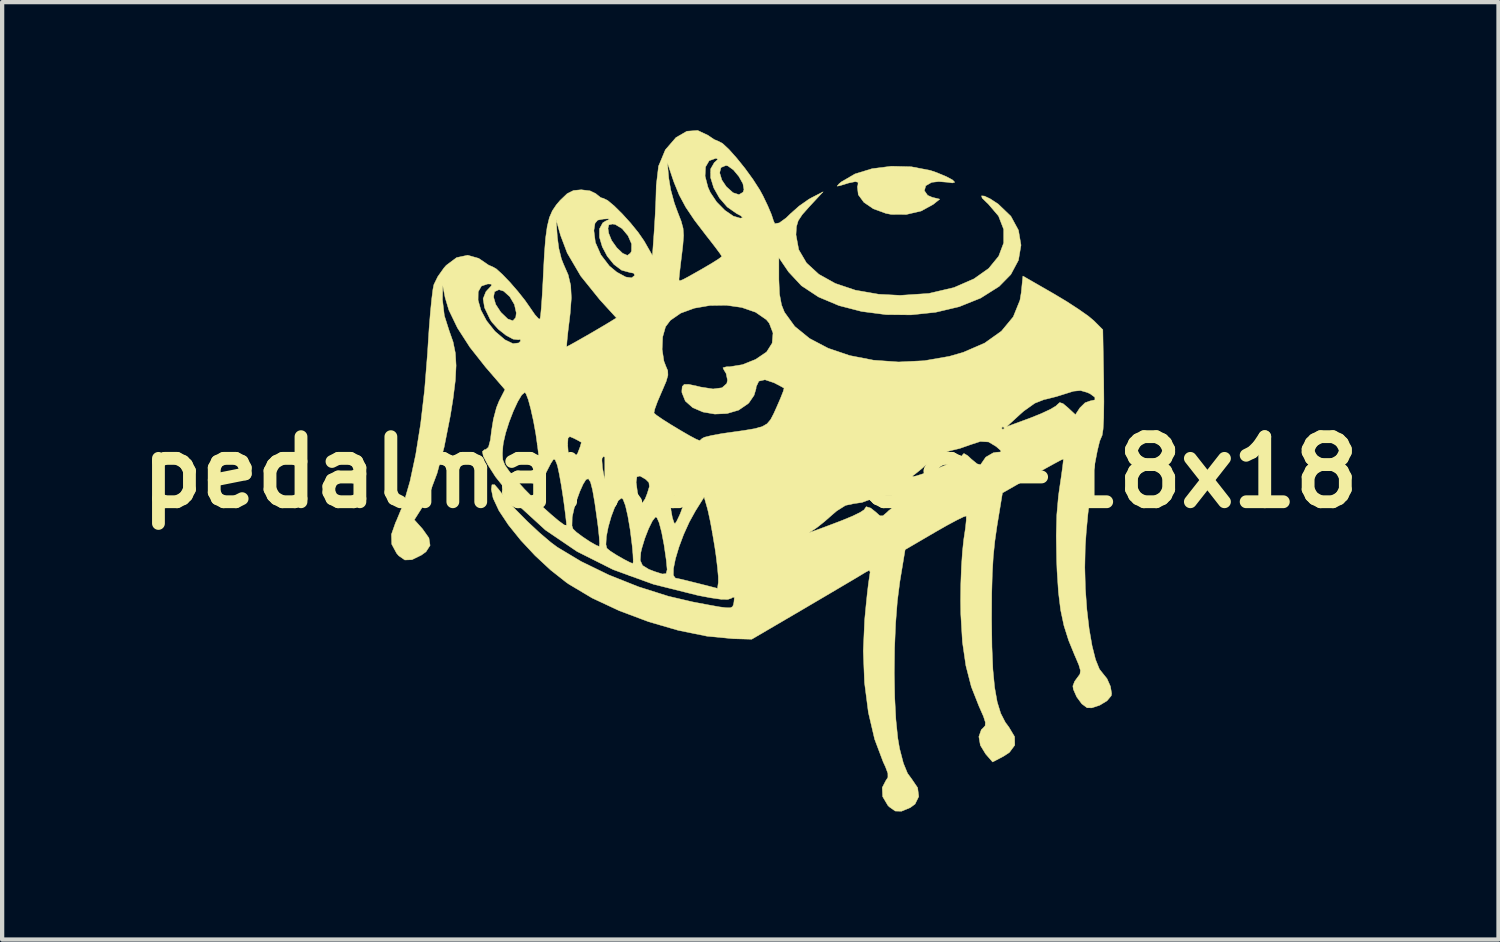
<source format=kicad_pcb>
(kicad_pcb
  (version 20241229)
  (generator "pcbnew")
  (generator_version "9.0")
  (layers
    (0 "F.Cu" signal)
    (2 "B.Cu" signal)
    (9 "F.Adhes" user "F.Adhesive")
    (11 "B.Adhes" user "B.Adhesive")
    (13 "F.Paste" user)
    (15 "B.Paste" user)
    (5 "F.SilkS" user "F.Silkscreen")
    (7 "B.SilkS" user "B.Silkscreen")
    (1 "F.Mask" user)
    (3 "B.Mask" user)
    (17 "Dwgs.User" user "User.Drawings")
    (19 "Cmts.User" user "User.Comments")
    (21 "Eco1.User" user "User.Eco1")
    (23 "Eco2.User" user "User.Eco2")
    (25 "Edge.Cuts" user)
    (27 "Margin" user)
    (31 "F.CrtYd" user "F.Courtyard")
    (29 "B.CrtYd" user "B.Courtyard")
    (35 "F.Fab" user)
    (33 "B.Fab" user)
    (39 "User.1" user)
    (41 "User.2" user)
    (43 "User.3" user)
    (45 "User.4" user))
  (footprint "pedalmarkt-logo-18x18"
    (layer "F.Cu")
    (at 14.522 8.011)
    (property "Reference" "pedalmarkt-logo-18x18" (at 0 0 0) (layer "F.SilkS") (effects (font (size 1.524 1.524) (thickness 0.3))))
    (attr through_hole)
    (fp_poly (pts (xy 3.769 -7.156) (xy 4.212 -7.071) (xy 4.36 -7.021) (xy 4.591 -6.925) (xy 4.737 -6.846) (xy 4.787 -6.794) (xy 4.732 -6.777) (xy 4.618 -6.793) (xy 4.411 -6.809) (xy 4.247 -6.791) (xy 4.108 -6.711) (xy 4.076 -6.595) (xy 4.152 -6.487) (xy 4.256 -6.441) (xy 4.435 -6.397) (xy 4.284 -6.275) (xy 4.002 -6.12) (xy 3.655 -6.039) (xy 3.295 -6.041) (xy 3.175 -6.064) (xy 2.881 -6.171) (xy 2.659 -6.323) (xy 2.528 -6.501) (xy 2.507 -6.687) (xy 2.519 -6.727) (xy 2.524 -6.791) (xy 2.459 -6.808) (xy 2.305 -6.776) (xy 2.095 -6.712) (xy 2.033 -6.702) (xy 2.075 -6.754) (xy 2.13 -6.801) (xy 2.449 -6.987) (xy 2.852 -7.111) (xy 3.303 -7.168) (xy 3.769 -7.156)) (stroke (width 0.01) (type solid)) (fill yes) (layer "F.SilkS"))
    (fp_poly (pts (xy -0.99 -7.892) (xy -0.984 -7.887) (xy -0.847 -7.794) (xy -0.751 -7.754) (xy -0.749 -7.754) (xy -0.651 -7.702) (xy -0.501 -7.562) (xy -0.319 -7.358) (xy -0.125 -7.117) (xy 0.061 -6.861) (xy 0.219 -6.616) (xy 0.295 -6.477) (xy 0.408 -6.241) (xy 0.492 -6.043) (xy 0.533 -5.921) (xy 0.535 -5.907) (xy 0.573 -5.823) (xy 0.678 -5.841) (xy 0.838 -5.957) (xy 0.939 -6.055) (xy 1.142 -6.235) (xy 1.369 -6.394) (xy 1.437 -6.432) (xy 1.704 -6.569) (xy 1.387 -6.228) (xy 1.216 -6.036) (xy 1.121 -5.892) (xy 1.079 -5.75) (xy 1.069 -5.567) (xy 1.069 -5.561) (xy 1.133 -5.214) (xy 1.315 -4.904) (xy 1.604 -4.638) (xy 1.99 -4.423) (xy 2.461 -4.265) (xy 3.006 -4.17) (xy 3.509 -4.144) (xy 4.18 -4.189) (xy 4.769 -4.327) (xy 5.237 -4.531) (xy 5.582 -4.775) (xy 5.816 -5.061) (xy 5.933 -5.372) (xy 5.933 -5.691) (xy 5.812 -6.003) (xy 5.567 -6.29) (xy 5.545 -6.309) (xy 5.429 -6.423) (xy 5.414 -6.475) (xy 5.483 -6.469) (xy 5.618 -6.405) (xy 5.803 -6.284) (xy 5.803 -6.284) (xy 6.101 -5.998) (xy 6.279 -5.67) (xy 6.339 -5.32) (xy 6.279 -4.967) (xy 6.1 -4.632) (xy 5.827 -4.354) (xy 5.393 -4.08) (xy 4.89 -3.878) (xy 4.34 -3.748) (xy 3.762 -3.687) (xy 3.178 -3.693) (xy 2.608 -3.767) (xy 2.074 -3.905) (xy 1.597 -4.106) (xy 1.197 -4.37) (xy 0.895 -4.694) (xy 0.886 -4.707) (xy 0.668 -5.028) (xy 0.668 -4.517) (xy 0.683 -4.174) (xy 0.731 -3.919) (xy 0.799 -3.749) (xy 1.04 -3.417) (xy 1.388 -3.134) (xy 1.824 -2.905) (xy 2.329 -2.734) (xy 2.884 -2.626) (xy 3.471 -2.584) (xy 4.07 -2.613) (xy 4.662 -2.716) (xy 4.987 -2.81) (xy 5.488 -3.027) (xy 5.88 -3.306) (xy 6.157 -3.641) (xy 6.314 -4.029) (xy 6.344 -4.207) (xy 6.383 -4.597) (xy 7.108 -4.18) (xy 7.41 -3.999) (xy 7.688 -3.818) (xy 7.912 -3.661) (xy 8.044 -3.551) (xy 8.255 -3.34) (xy 8.276 -2.133) (xy 8.28 -1.653) (xy 8.275 -1.275) (xy 8.261 -1.009) (xy 8.238 -0.863) (xy 8.228 -0.843) (xy 8.181 -0.73) (xy 8.127 -0.508) (xy 8.068 -0.202) (xy 8.009 0.165) (xy 7.954 0.569) (xy 7.905 0.984) (xy 7.867 1.388) (xy 7.843 1.738) (xy 7.833 2.228) (xy 7.846 2.726) (xy 7.881 3.212) (xy 7.934 3.664) (xy 8.003 4.062) (xy 8.084 4.384) (xy 8.175 4.609) (xy 8.248 4.702) (xy 8.353 4.833) (xy 8.433 5.013) (xy 8.461 5.181) (xy 8.452 5.233) (xy 8.352 5.352) (xy 8.18 5.456) (xy 7.997 5.516) (xy 7.886 5.514) (xy 7.763 5.423) (xy 7.643 5.26) (xy 7.565 5.083) (xy 7.553 5.005) (xy 7.595 4.895) (xy 7.663 4.802) (xy 7.719 4.726) (xy 7.731 4.642) (xy 7.694 4.513) (xy 7.604 4.301) (xy 7.601 4.296) (xy 7.453 3.934) (xy 7.344 3.589) (xy 7.267 3.226) (xy 7.216 2.811) (xy 7.183 2.311) (xy 7.174 2.072) (xy 7.164 1.487) (xy 7.177 0.995) (xy 7.215 0.56) (xy 7.242 0.368) (xy 7.283 0.088) (xy 7.314 -0.137) (xy 7.33 -0.278) (xy 7.33 -0.312) (xy 7.271 -0.286) (xy 7.119 -0.205) (xy 6.896 -0.082) (xy 6.626 0.071) (xy 6.611 0.079) (xy 5.904 0.483) (xy 5.776 1.261) (xy 5.726 1.611) (xy 5.689 1.971) (xy 5.666 2.372) (xy 5.653 2.845) (xy 5.65 3.419) (xy 5.65 3.442) (xy 5.658 4.087) (xy 5.68 4.614) (xy 5.721 5.039) (xy 5.781 5.377) (xy 5.863 5.644) (xy 5.971 5.855) (xy 6.054 5.966) (xy 6.189 6.192) (xy 6.193 6.39) (xy 6.066 6.561) (xy 5.928 6.651) (xy 5.674 6.784) (xy 5.511 6.597) (xy 5.387 6.393) (xy 5.352 6.191) (xy 5.409 6.028) (xy 5.451 5.988) (xy 5.499 5.935) (xy 5.504 5.854) (xy 5.46 5.717) (xy 5.361 5.492) (xy 5.355 5.479) (xy 5.175 5.022) (xy 5.048 4.529) (xy 4.967 3.973) (xy 4.929 3.327) (xy 4.924 3.008) (xy 4.929 2.61) (xy 4.944 2.21) (xy 4.968 1.853) (xy 4.997 1.579) (xy 5.002 1.545) (xy 5.038 1.304) (xy 5.057 1.12) (xy 5.057 1.026) (xy 5.055 1.022) (xy 4.99 1.043) (xy 4.833 1.12) (xy 4.607 1.241) (xy 4.337 1.395) (xy 4.325 1.402) (xy 3.625 1.811) (xy 3.501 2.56) (xy 3.443 3.013) (xy 3.402 3.542) (xy 3.378 4.114) (xy 3.371 4.7) (xy 3.381 5.268) (xy 3.408 5.786) (xy 3.453 6.225) (xy 3.494 6.466) (xy 3.584 6.812) (xy 3.681 7.049) (xy 3.778 7.181) (xy 3.918 7.387) (xy 3.944 7.593) (xy 3.858 7.769) (xy 3.746 7.852) (xy 3.541 7.937) (xy 3.393 7.933) (xy 3.253 7.834) (xy 3.22 7.8) (xy 3.099 7.595) (xy 3.089 7.383) (xy 3.172 7.222) (xy 3.222 7.145) (xy 3.221 7.049) (xy 3.164 6.896) (xy 3.111 6.782) (xy 2.911 6.251) (xy 2.764 5.623) (xy 2.674 4.925) (xy 2.645 4.184) (xy 2.677 3.459) (xy 2.708 3.131) (xy 2.739 2.83) (xy 2.767 2.595) (xy 2.784 2.483) (xy 2.806 2.334) (xy 2.783 2.295) (xy 2.692 2.343) (xy 2.666 2.359) (xy 2.562 2.422) (xy 2.362 2.541) (xy 2.086 2.704) (xy 1.754 2.9) (xy 1.385 3.117) (xy 1.27 3.185) (xy 0.033 3.909) (xy -0.401 3.897) (xy -1.014 3.838) (xy -1.688 3.701) (xy -2.385 3.498) (xy -3.07 3.241) (xy -3.705 2.944) (xy -4.252 2.618) (xy -4.316 2.573) (xy -4.681 2.285) (xy -5.042 1.949) (xy -5.377 1.59) (xy -5.666 1.231) (xy -5.887 0.898) (xy -6.02 0.613) (xy -6.026 0.595) (xy -6.066 0.398) (xy -6.051 0.292) (xy -5.989 0.29) (xy -5.893 0.401) (xy -5.734 0.609) (xy -5.501 0.868) (xy -5.225 1.147) (xy -4.938 1.415) (xy -4.671 1.642) (xy -4.52 1.754) (xy -3.963 2.088) (xy -3.316 2.403) (xy -2.621 2.68) (xy -1.92 2.902) (xy -1.347 3.036) (xy -0.981 3.105) (xy -0.726 3.151) (xy -0.56 3.172) (xy -0.464 3.171) (xy -0.416 3.146) (xy -0.395 3.097) (xy -0.384 3.038) (xy -0.374 2.928) (xy -0.416 2.927) (xy -0.442 2.948) (xy -0.525 2.976) (xy -0.681 2.974) (xy -0.931 2.938) (xy -1.222 2.883) (xy -2.267 2.622) (xy -2.844 2.413) (xy -1.803 2.413) (xy -1.756 2.477) (xy -1.755 2.477) (xy -1.669 2.494) (xy -1.491 2.536) (xy -1.258 2.594) (xy -1.237 2.599) (xy -0.769 2.718) (xy -0.749 2.574) (xy -0.75 2.448) (xy -0.77 2.227) (xy -0.804 1.947) (xy -0.83 1.767) (xy -0.883 1.45) (xy -0.889 1.414) (xy 1.37 1.414) (xy 1.504 1.369) (xy 1.627 1.324) (xy 1.836 1.246) (xy 2.089 1.15) (xy 2.156 1.124) (xy 2.393 1.026) (xy 2.573 0.938) (xy 2.667 0.876) (xy 2.674 0.863) (xy 2.714 0.805) (xy 2.818 0.837) (xy 2.94 0.934) (xy 3.033 1.018) (xy 3.104 1.019) (xy 3.204 0.934) (xy 3.237 0.901) (xy 3.383 0.787) (xy 3.514 0.734) (xy 3.523 0.733) (xy 3.602 0.724) (xy 3.575 0.681) (xy 3.513 0.633) (xy 3.308 0.551) (xy 3.055 0.551) (xy 2.813 0.632) (xy 2.807 0.635) (xy 2.616 0.705) (xy 2.422 0.733) (xy 2.23 0.774) (xy 2.023 0.904) (xy 1.92 0.992) (xy 1.739 1.151) (xy 1.576 1.281) (xy 1.504 1.332) (xy 1.37 1.414) (xy -0.889 1.414) (xy -0.937 1.153) (xy -0.987 0.921) (xy -1.007 0.841) (xy -1.082 0.579) (xy -1.288 0.908) (xy -1.431 1.167) (xy -1.562 1.456) (xy -1.672 1.751) (xy -1.754 2.025) (xy -1.8 2.254) (xy -1.803 2.413) (xy -2.844 2.413) (xy -3.214 2.278) (xy -4.059 1.854) (xy -4.8 1.351) (xy -4.908 1.252) (xy -4.177 1.252) (xy -4.153 1.325) (xy -4.071 1.404) (xy -3.923 1.514) (xy -3.753 1.627) (xy -3.607 1.71) (xy -3.538 1.736) (xy -3.532 1.691) (xy -3.382 1.691) (xy -3.36 1.779) (xy -3.281 1.844) (xy -3.131 1.94) (xy -2.958 2.039) (xy -2.812 2.114) (xy -2.749 2.136) (xy -2.742 2.077) (xy -2.743 2.061) (xy -2.579 2.061) (xy -2.525 2.181) (xy -2.377 2.272) (xy -2.239 2.325) (xy -2.062 2.381) (xy -1.973 2.373) (xy -1.948 2.279) (xy -1.967 2.077) (xy -1.969 2.055) (xy -2.021 1.697) (xy -2.078 1.399) (xy -2.136 1.18) (xy -2.189 1.06) (xy -2.221 1.046) (xy -2.294 1.139) (xy -2.383 1.32) (xy -2.471 1.546) (xy -2.541 1.776) (xy -2.565 1.879) (xy -2.579 2.061) (xy -2.743 2.061) (xy -2.749 1.921) (xy -2.767 1.721) (xy -2.814 1.344) (xy -2.869 1.023) (xy -2.925 0.779) (xy -2.98 0.634) (xy -3.015 0.602) (xy -3.092 0.662) (xy -3.176 0.819) (xy -3.258 1.036) (xy -3.327 1.278) (xy -3.372 1.508) (xy -3.382 1.691) (xy -3.532 1.691) (xy -3.53 1.676) (xy -3.54 1.512) (xy -3.565 1.276) (xy -3.583 1.139) (xy -3.643 0.714) (xy -3.695 0.413) (xy -3.743 0.228) (xy -3.793 0.15) (xy -3.849 0.17) (xy -3.917 0.279) (xy -3.994 0.451) (xy -4.11 0.771) (xy -4.172 1.048) (xy -4.177 1.252) (xy -4.908 1.252) (xy -5.435 0.77) (xy -5.962 0.112) (xy -5.978 0.089) (xy -6.156 -0.19) (xy -6.254 -0.378) (xy -6.263 -0.427) (xy -5.807 -0.427) (xy -5.797 -0.292) (xy -5.748 -0.17) (xy -5.646 -0.023) (xy -5.475 0.185) (xy -5.452 0.213) (xy -5.292 0.391) (xy -5.093 0.592) (xy -4.879 0.796) (xy -4.67 0.984) (xy -4.49 1.136) (xy -4.36 1.231) (xy -4.304 1.25) (xy -4.308 1.183) (xy -4.327 1.012) (xy -4.358 0.768) (xy -4.381 0.602) (xy -4.427 0.305) (xy -4.474 0.043) (xy -4.515 -0.146) (xy -4.532 -0.199) (xy -4.573 -0.296) (xy -4.61 -0.305) (xy -4.669 -0.215) (xy -4.728 -0.102) (xy -4.863 0.161) (xy -4.901 -0.037) (xy -4.931 -0.218) (xy -4.965 -0.463) (xy -4.982 -0.602) (xy -4.988 -0.643) (xy -4.278 -0.643) (xy -4.263 -0.439) (xy -4.227 -0.278) (xy -4.179 -0.202) (xy -4.171 -0.201) (xy -4.132 -0.256) (xy -4.122 -0.278) (xy -3.476 -0.278) (xy -3.462 -0.101) (xy -3.428 0.08) (xy -3.385 0.219) (xy -3.347 0.267) (xy -3.315 0.231) (xy -2.675 0.231) (xy -2.643 0.471) (xy -2.632 0.526) (xy -2.585 0.688) (xy -2.531 0.719) (xy -2.53 0.719) (xy -1.871 0.719) (xy -1.857 0.894) (xy -1.826 1.064) (xy -1.787 1.18) (xy -1.764 1.203) (xy -1.726 1.148) (xy -1.66 1.011) (xy -1.638 0.96) (xy -1.578 0.798) (xy -1.578 0.707) (xy -1.641 0.638) (xy -1.654 0.628) (xy -1.788 0.547) (xy -1.854 0.576) (xy -1.871 0.719) (xy -2.53 0.719) (xy -2.463 0.621) (xy -2.414 0.496) (xy -2.364 0.333) (xy -2.376 0.238) (xy -2.45 0.164) (xy -2.554 0.103) (xy 3.796 0.103) (xy 3.892 0.083) (xy 4.076 0.024) (xy 4.293 -0.055) (xy 4.585 -0.174) (xy 4.808 -0.282) (xy 4.938 -0.368) (xy 4.963 -0.401) (xy 5.001 -0.442) (xy 5.091 -0.389) (xy 5.178 -0.307) (xy 5.311 -0.198) (xy 5.39 -0.178) (xy 5.4 -0.191) (xy 5.513 -0.355) (xy 5.689 -0.457) (xy 5.77 -0.47) (xy 5.866 -0.476) (xy 5.865 -0.51) (xy 5.763 -0.599) (xy 5.758 -0.604) (xy 5.58 -0.711) (xy 5.388 -0.723) (xy 5.142 -0.643) (xy 5.132 -0.639) (xy 4.904 -0.559) (xy 4.67 -0.503) (xy 4.439 -0.42) (xy 4.212 -0.262) (xy 4.198 -0.249) (xy 4.02 -0.09) (xy 3.85 0.047) (xy 3.806 0.079) (xy 3.796 0.103) (xy -2.554 0.103) (xy -2.584 0.086) (xy -2.657 0.105) (xy -2.675 0.231) (xy -3.315 0.231) (xy -3.298 0.211) (xy -3.232 0.071) (xy -3.216 0.028) (xy -3.166 -0.13) (xy -3.149 -0.222) (xy -3.152 -0.23) (xy -3.222 -0.272) (xy -3.325 -0.328) (xy -3.436 -0.372) (xy -3.473 -0.329) (xy -3.476 -0.278) (xy -4.122 -0.278) (xy -4.066 -0.393) (xy -4.044 -0.445) (xy -3.984 -0.602) (xy -3.958 -0.694) (xy -3.96 -0.703) (xy -4.025 -0.741) (xy -4.128 -0.795) (xy -4.228 -0.837) (xy -4.27 -0.8) (xy -4.278 -0.657) (xy -4.278 -0.643) (xy -4.988 -0.643) (xy -5.024 -0.901) (xy -5.079 -1.203) (xy -5.121 -1.391) (xy -2.257 -1.391) (xy -2.257 -1.389) (xy -2.196 -1.336) (xy -2.05 -1.236) (xy -1.852 -1.111) (xy -1.634 -0.98) (xy -1.429 -0.861) (xy -1.268 -0.775) (xy -1.186 -0.742) (xy -1.137 -0.784) (xy -1.136 -0.789) (xy -1.075 -0.821) (xy -0.91 -0.862) (xy -0.67 -0.906) (xy -0.518 -0.928) (xy -0.154 -0.979) (xy 0.102 -1.022) (xy 0.153 -1.036) (xy 5.882 -1.036) (xy 5.916 -1.003) (xy 5.949 -1.036) (xy 5.918 -1.067) (xy 6 -1.067) (xy 6.554 -1.271) (xy 6.812 -1.375) (xy 7.026 -1.475) (xy 7.159 -1.555) (xy 7.182 -1.578) (xy 7.245 -1.634) (xy 7.323 -1.609) (xy 7.435 -1.515) (xy 7.613 -1.35) (xy 7.718 -1.51) (xy 7.839 -1.629) (xy 7.956 -1.671) (xy 8.07 -1.696) (xy 8.068 -1.758) (xy 7.958 -1.839) (xy 7.891 -1.87) (xy 7.733 -1.915) (xy 7.569 -1.9) (xy 7.406 -1.849) (xy 7.167 -1.774) (xy 6.933 -1.715) (xy 6.885 -1.706) (xy 6.663 -1.619) (xy 6.404 -1.435) (xy 6.326 -1.366) (xy 6 -1.067) (xy 5.918 -1.067) (xy 5.916 -1.069) (xy 5.882 -1.036) (xy 0.153 -1.036) (xy 0.276 -1.07) (xy 0.392 -1.137) (xy 0.475 -1.235) (xy 0.549 -1.377) (xy 0.614 -1.521) (xy 0.707 -1.735) (xy 0.77 -1.895) (xy 0.79 -1.969) (xy 0.789 -1.971) (xy 0.722 -2.01) (xy 0.583 -2.083) (xy 0.556 -2.097) (xy 0.343 -2.168) (xy 0.199 -2.135) (xy 0.136 -2.002) (xy 0.134 -1.96) (xy 0.087 -1.803) (xy -0.029 -1.633) (xy -0.054 -1.607) (xy -0.275 -1.456) (xy -0.544 -1.377) (xy -0.832 -1.364) (xy -1.11 -1.412) (xy -1.35 -1.515) (xy -1.523 -1.669) (xy -1.602 -1.866) (xy -1.604 -1.905) (xy -1.595 -2.01) (xy -1.548 -2.059) (xy -1.434 -2.058) (xy -1.227 -2.013) (xy -1.167 -1.998) (xy -0.873 -1.952) (xy -0.663 -1.98) (xy -0.551 -2.08) (xy -0.535 -2.16) (xy -0.568 -2.317) (xy -0.615 -2.393) (xy -0.642 -2.448) (xy -0.564 -2.471) (xy -0.479 -2.473) (xy -0.185 -2.521) (xy 0.123 -2.644) (xy 0.377 -2.816) (xy 0.383 -2.822) (xy 0.511 -3.025) (xy 0.531 -3.262) (xy 0.443 -3.492) (xy 0.375 -3.575) (xy 0.123 -3.749) (xy -0.201 -3.861) (xy -0.567 -3.913) (xy -0.947 -3.907) (xy -1.311 -3.844) (xy -1.629 -3.728) (xy -1.873 -3.559) (xy -1.986 -3.409) (xy -2.053 -3.171) (xy -2.066 -2.88) (xy -2.024 -2.604) (xy -1.979 -2.486) (xy -1.934 -2.38) (xy -1.93 -2.274) (xy -1.971 -2.13) (xy -2.065 -1.91) (xy -2.08 -1.876) (xy -2.175 -1.655) (xy -2.238 -1.482) (xy -2.257 -1.391) (xy -5.121 -1.391) (xy -5.14 -1.479) (xy -5.2 -1.701) (xy -5.253 -1.839) (xy -5.282 -1.872) (xy -5.354 -1.812) (xy -5.447 -1.656) (xy -5.55 -1.434) (xy -5.649 -1.178) (xy -5.731 -0.92) (xy -5.784 -0.691) (xy -5.794 -0.611) (xy -5.807 -0.427) (xy -6.263 -0.427) (xy -6.275 -0.488) (xy -6.223 -0.532) (xy -6.193 -0.535) (xy -6.132 -0.59) (xy -6.087 -0.761) (xy -6.062 -0.966) (xy -6.017 -1.246) (xy -5.945 -1.516) (xy -5.884 -1.668) (xy -5.746 -1.938) (xy -6.202 -2.466) (xy -6.568 -2.93) (xy -6.859 -3.382) (xy -7.06 -3.799) (xy -7.13 -4.032) (xy -6.376 -4.032) (xy -6.31 -3.799) (xy -6.178 -3.55) (xy -5.986 -3.309) (xy -5.969 -3.292) (xy -5.746 -3.103) (xy -5.559 -3.014) (xy -5.423 -3.03) (xy -5.381 -3.074) (xy -5.391 -3.114) (xy -5.431 -3.105) (xy -5.555 -3.119) (xy -5.724 -3.21) (xy -5.902 -3.351) (xy -6.051 -3.516) (xy -6.091 -3.576) (xy -6.224 -3.854) (xy -6.258 -4.065) (xy -6.242 -4.105) (xy -6.014 -4.105) (xy -5.963 -3.932) (xy -5.843 -3.748) (xy -5.68 -3.591) (xy -5.561 -3.549) (xy -5.494 -3.625) (xy -5.481 -3.734) (xy -5.525 -3.93) (xy -5.634 -4.114) (xy -5.777 -4.243) (xy -5.887 -4.278) (xy -5.99 -4.23) (xy -6.014 -4.105) (xy -6.242 -4.105) (xy -6.193 -4.229) (xy -6.155 -4.272) (xy -6.063 -4.37) (xy -6.065 -4.407) (xy -6.147 -4.412) (xy -6.298 -4.362) (xy -6.373 -4.228) (xy -6.376 -4.032) (xy -7.13 -4.032) (xy -7.148 -4.093) (xy -7.204 -4.378) (xy -7.21 -4.044) (xy -7.166 -3.67) (xy -7.051 -3.309) (xy -6.961 -3.053) (xy -6.908 -2.792) (xy -6.891 -2.5) (xy -6.909 -2.15) (xy -6.963 -1.716) (xy -7.025 -1.329) (xy -7.17 -0.593) (xy -7.336 0.023) (xy -7.52 0.513) (xy -7.675 0.806) (xy -7.869 1.112) (xy -7.678 1.325) (xy -7.527 1.538) (xy -7.5 1.712) (xy -7.596 1.861) (xy -7.704 1.939) (xy -7.925 2.047) (xy -8.091 2.053) (xy -8.234 1.954) (xy -8.284 1.896) (xy -8.398 1.684) (xy -8.405 1.453) (xy -8.307 1.174) (xy -8.287 1.133) (xy -8.121 0.731) (xy -7.97 0.21) (xy -7.836 -0.417) (xy -7.721 -1.137) (xy -7.628 -1.936) (xy -7.559 -2.802) (xy -7.549 -2.965) (xy -7.523 -3.37) (xy -7.493 -3.743) (xy -7.462 -4.057) (xy -7.433 -4.287) (xy -7.411 -4.396) (xy -7.32 -4.582) (xy -7.177 -4.784) (xy -7.122 -4.847) (xy -6.878 -5.029) (xy -6.619 -5.084) (xy -6.362 -5.011) (xy -6.265 -4.946) (xy -6.13 -4.853) (xy -6.038 -4.813) (xy -6.036 -4.813) (xy -5.949 -4.764) (xy -5.806 -4.634) (xy -5.63 -4.451) (xy -5.446 -4.239) (xy -5.277 -4.026) (xy -5.159 -3.857) (xy -5.046 -3.693) (xy -4.96 -3.598) (xy -4.926 -3.589) (xy -4.912 -3.672) (xy -4.894 -3.863) (xy -4.875 -4.138) (xy -4.856 -4.473) (xy -4.848 -4.646) (xy -4.823 -5.12) (xy -4.795 -5.482) (xy -4.757 -5.756) (xy -4.718 -5.916) (xy -4.548 -5.916) (xy -4.52 -5.509) (xy -4.485 -5.244) (xy -4.424 -4.997) (xy -4.375 -4.874) (xy -4.266 -4.625) (xy -4.207 -4.375) (xy -4.192 -4.084) (xy -4.22 -3.716) (xy -4.237 -3.572) (xy -4.27 -3.302) (xy -4.292 -3.089) (xy -4.302 -2.963) (xy -4.301 -2.941) (xy -4.24 -2.972) (xy -4.093 -3.053) (xy -3.891 -3.168) (xy -3.864 -3.183) (xy -3.631 -3.318) (xy -3.424 -3.44) (xy -3.289 -3.521) (xy -3.289 -3.521) (xy -3.136 -3.616) (xy -3.523 -4.04) (xy -3.972 -4.597) (xy -4.289 -5.138) (xy -4.444 -5.548) (xy -4.476 -5.661) (xy -3.664 -5.661) (xy -3.629 -5.384) (xy -3.5 -5.092) (xy -3.301 -4.832) (xy -3.127 -4.688) (xy -2.917 -4.574) (xy -2.781 -4.554) (xy -2.707 -4.612) (xy -2.73 -4.663) (xy -2.82 -4.68) (xy -3.014 -4.733) (xy -3.195 -4.869) (xy -3.351 -5.061) (xy -3.467 -5.281) (xy -3.533 -5.504) (xy -3.533 -5.7) (xy -3.527 -5.712) (xy -3.334 -5.712) (xy -3.317 -5.598) (xy -3.249 -5.43) (xy -3.128 -5.26) (xy -2.991 -5.129) (xy -2.878 -5.08) (xy -2.808 -5.133) (xy -2.783 -5.18) (xy -2.781 -5.35) (xy -2.864 -5.54) (xy -3.002 -5.707) (xy -3.164 -5.805) (xy -3.228 -5.815) (xy -3.314 -5.796) (xy -3.334 -5.712) (xy -3.527 -5.712) (xy -3.456 -5.843) (xy -3.392 -5.883) (xy -3.301 -5.926) (xy -3.326 -5.938) (xy -3.442 -5.931) (xy -3.575 -5.906) (xy -3.638 -5.831) (xy -3.664 -5.664) (xy -3.664 -5.661) (xy -4.476 -5.661) (xy -4.548 -5.916) (xy -4.718 -5.916) (xy -4.707 -5.963) (xy -4.637 -6.125) (xy -4.543 -6.265) (xy -4.454 -6.369) (xy -4.29 -6.526) (xy -4.142 -6.6) (xy -3.96 -6.617) (xy -3.754 -6.592) (xy -3.617 -6.526) (xy -3.609 -6.517) (xy -3.501 -6.432) (xy -3.444 -6.417) (xy -3.343 -6.368) (xy -3.187 -6.238) (xy -2.999 -6.052) (xy -2.804 -5.837) (xy -2.626 -5.618) (xy -2.49 -5.421) (xy -2.475 -5.396) (xy -2.293 -5.077) (xy -2.249 -5.69) (xy -2.229 -6.025) (xy -2.213 -6.367) (xy -2.205 -6.654) (xy -2.204 -6.711) (xy -2.15 -7.17) (xy -2.115 -7.252) (xy -1.943 -7.252) (xy -1.91 -6.885) (xy -1.865 -6.617) (xy -1.781 -6.309) (xy -1.705 -6.1) (xy -1.621 -5.884) (xy -1.575 -5.715) (xy -1.563 -5.544) (xy -1.58 -5.321) (xy -1.602 -5.133) (xy -1.634 -4.872) (xy -1.658 -4.663) (xy -1.67 -4.54) (xy -1.671 -4.525) (xy -1.668 -4.494) (xy -1.644 -4.488) (xy -1.577 -4.514) (xy -1.445 -4.584) (xy -1.227 -4.707) (xy -1.12 -4.768) (xy -0.907 -4.893) (xy -0.748 -4.993) (xy -0.671 -5.051) (xy -0.668 -5.056) (xy -0.707 -5.119) (xy -0.811 -5.26) (xy -0.96 -5.453) (xy -1.025 -5.535) (xy -1.306 -5.902) (xy -1.513 -6.21) (xy -1.666 -6.495) (xy -1.787 -6.791) (xy -1.816 -6.874) (xy -1.837 -6.937) (xy -1.06 -6.937) (xy -0.993 -6.678) (xy -0.938 -6.554) (xy -0.789 -6.331) (xy -0.597 -6.136) (xy -0.397 -5.999) (xy -0.234 -5.951) (xy -0.175 -5.966) (xy -0.232 -6.014) (xy -0.322 -6.061) (xy -0.541 -6.214) (xy -0.723 -6.424) (xy -0.857 -6.662) (xy -0.93 -6.899) (xy -0.93 -7.016) (xy -0.719 -7.016) (xy -0.667 -6.845) (xy -0.563 -6.69) (xy -0.405 -6.548) (xy -0.266 -6.503) (xy -0.171 -6.56) (xy -0.149 -6.622) (xy -0.174 -6.76) (xy -0.268 -6.928) (xy -0.396 -7.082) (xy -0.525 -7.175) (xy -0.571 -7.186) (xy -0.687 -7.138) (xy -0.719 -7.016) (xy -0.93 -7.016) (xy -0.929 -7.106) (xy -0.843 -7.255) (xy -0.833 -7.263) (xy -0.758 -7.331) (xy -0.796 -7.352) (xy -0.809 -7.353) (xy -0.964 -7.298) (xy -1.049 -7.152) (xy -1.06 -6.937) (xy -1.837 -6.937) (xy -1.943 -7.252) (xy -2.115 -7.252) (xy -1.991 -7.552) (xy -1.742 -7.84) (xy -1.486 -7.988) (xy -1.233 -8.006) (xy -0.99 -7.892)) (stroke (width 0.01) (type solid)) (fill yes) (layer "F.SilkS")))
  (gr_rect
    (start -3 -3)
    (end 32.043 18.953)
    (stroke (width 0.1) (type default))
    (fill no)
    (layer "Edge.Cuts")))
</source>
